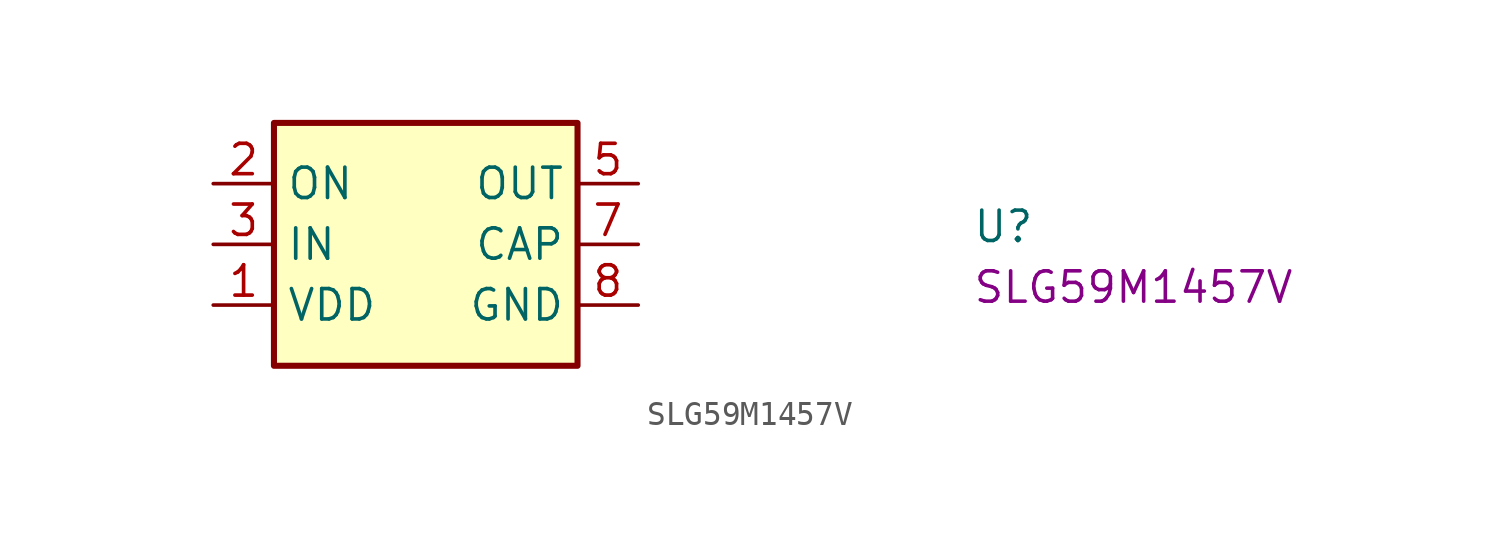
<source format=kicad_sym>
(kicad_symbol_lib
  (version 20220914)
  (generator kicad_symbol_editor)
  (symbol "SLG59M1457V"
    (property "Reference" "U"
      (at 31.75 -2.54 0)
      (effects (font (size 1.27 1.27) (thickness 0.15)) (justify left bottom)))
    (property "MPN" "SLG59M1457V"
      (at 31.75 -5.08 0)
      (effects (font (size 1.27 1.27) (thickness 0.15)) (justify left bottom)))
    (symbol "SLG59M1457V_1_1"
      (rectangle (start 2.54 2.54) (end 15.24 -7.62) (stroke (width 0.254) (type default)) (fill (type background)))
      (pin power_in line (at 0 -5.08 0) (length 2.54) (name "VDD" (effects (font (size 1.27 1.27)))) (number "1" (effects (font (size 1.27 1.27)))))
      (pin input line (at 0 0 0) (length 2.54) (name "ON" (effects (font (size 1.27 1.27)))) (number "2" (effects (font (size 1.27 1.27)))))
      (pin power_in line (at 0 -2.54 0) (length 2.54) (name "IN" (effects (font (size 1.27 1.27)))) (number "3" (effects (font (size 1.27 1.27)))))
      (pin power_out line (at 17.78 0 180) (length 2.54) (name "OUT" (effects (font (size 1.27 1.27)))) (number "5" (effects (font (size 1.27 1.27)))))
      (pin input line (at 17.78 -2.54 180) (length 2.54) (name "CAP" (effects (font (size 1.27 1.27)))) (number "7" (effects (font (size 1.27 1.27)))))
      (pin passive line (at 17.78 -5.08 180) (length 2.54) (name "GND" (effects (font (size 1.27 1.27)))) (number "8" (effects (font (size 1.27 1.27))))))))
</source>
